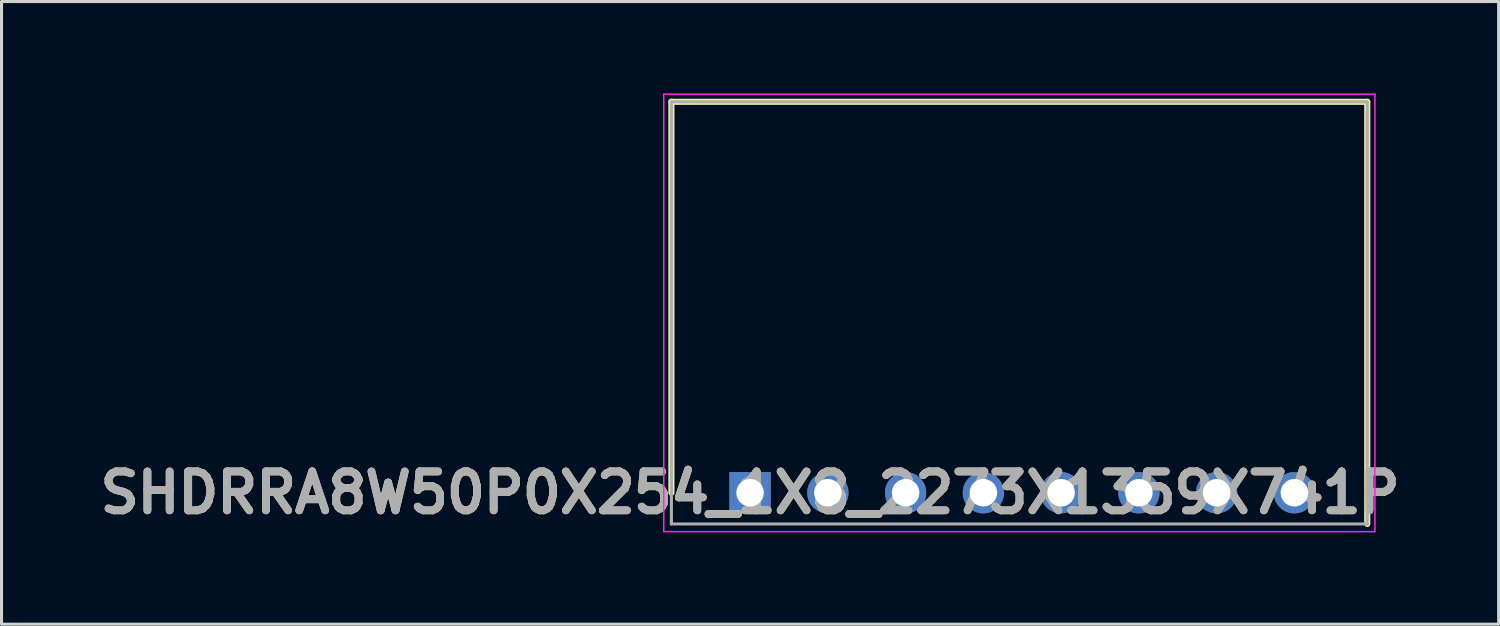
<source format=kicad_pcb>
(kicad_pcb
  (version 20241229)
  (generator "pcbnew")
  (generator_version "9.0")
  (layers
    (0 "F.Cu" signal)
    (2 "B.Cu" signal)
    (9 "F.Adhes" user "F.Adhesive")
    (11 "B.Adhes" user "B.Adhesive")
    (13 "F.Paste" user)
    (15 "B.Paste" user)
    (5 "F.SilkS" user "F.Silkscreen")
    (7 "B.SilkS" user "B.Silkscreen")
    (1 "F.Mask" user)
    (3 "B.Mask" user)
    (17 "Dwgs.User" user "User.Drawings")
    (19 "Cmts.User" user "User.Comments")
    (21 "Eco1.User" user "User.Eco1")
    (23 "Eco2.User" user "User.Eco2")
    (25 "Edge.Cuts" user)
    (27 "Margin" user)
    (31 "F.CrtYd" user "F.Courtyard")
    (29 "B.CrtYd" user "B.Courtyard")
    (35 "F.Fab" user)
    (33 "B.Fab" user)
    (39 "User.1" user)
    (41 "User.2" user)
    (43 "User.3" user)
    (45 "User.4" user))
  (footprint "SHDRRA8W50P0X254_1X8_2273X1359X741P"
    (layer "F.Cu")
    (at 21.451 13.045)
    (property "Reference" "SHDRRA8W50P0X254_1X8_2273X1359X741P" (at 0 0 0) (layer "F.SilkS") (effects (font (size 1.27 1.27) (thickness 0.254))))
    (attr through_hole)
    (fp_line (start -2.57 -12.77) (end 20.16 -12.77) (stroke (width 0.2) (type solid)) (layer "F.SilkS"))
    (fp_line (start -2.57 0) (end -2.57 -12.77) (stroke (width 0.2) (type solid)) (layer "F.SilkS"))
    (fp_line (start 20.16 -12.77) (end 20.16 1.02) (stroke (width 0.2) (type solid)) (layer "F.SilkS"))
    (fp_line (start -2.82 -13.02) (end -2.82 1.27) (stroke (width 0.05) (type solid)) (layer "F.CrtYd"))
    (fp_line (start -2.82 1.27) (end 20.41 1.27) (stroke (width 0.05) (type solid)) (layer "F.CrtYd"))
    (fp_line (start 20.41 -13.02) (end -2.82 -13.02) (stroke (width 0.05) (type solid)) (layer "F.CrtYd"))
    (fp_line (start 20.41 1.27) (end 20.41 -13.02) (stroke (width 0.05) (type solid)) (layer "F.CrtYd"))
    (fp_line (start -2.57 -12.77) (end 20.16 -12.77) (stroke (width 0.1) (type solid)) (layer "F.Fab"))
    (fp_line (start -2.57 1.02) (end -2.57 -12.77) (stroke (width 0.1) (type solid)) (layer "F.Fab"))
    (fp_line (start 20.16 -12.77) (end 20.16 1.02) (stroke (width 0.1) (type solid)) (layer "F.Fab"))
    (fp_line (start 20.16 1.02) (end -2.57 1.02) (stroke (width 0.1) (type solid)) (layer "F.Fab"))
    (fp_text user "${REFERENCE}" (at 0 0 0) (layer "F.Fab") (effects (font (size 1.27 1.27) (thickness 0.254))))
    (pad "1" thru_hole rect (at 0 0) (size 1.35 1.35) (drill 0.9) (layers "*.Cu" "*.Mask"))
    (pad "2" thru_hole circle (at 2.54 0) (size 1.35 1.35) (drill 0.9) (layers "*.Cu" "*.Mask"))
    (pad "3" thru_hole circle (at 5.08 0) (size 1.35 1.35) (drill 0.9) (layers "*.Cu" "*.Mask"))
    (pad "4" thru_hole circle (at 7.62 0) (size 1.35 1.35) (drill 0.9) (layers "*.Cu" "*.Mask"))
    (pad "5" thru_hole circle (at 10.16 0) (size 1.35 1.35) (drill 0.9) (layers "*.Cu" "*.Mask"))
    (pad "6" thru_hole circle (at 12.7 0) (size 1.35 1.35) (drill 0.9) (layers "*.Cu" "*.Mask"))
    (pad "7" thru_hole circle (at 15.24 0) (size 1.35 1.35) (drill 0.9) (layers "*.Cu" "*.Mask"))
    (pad "8" thru_hole circle (at 17.78 0) (size 1.35 1.35) (drill 0.9) (layers "*.Cu" "*.Mask")))
  (gr_rect
    (start -3 -3)
    (end 45.902 17.34)
    (stroke (width 0.1) (type default))
    (fill no)
    (layer "Edge.Cuts")))
</source>
